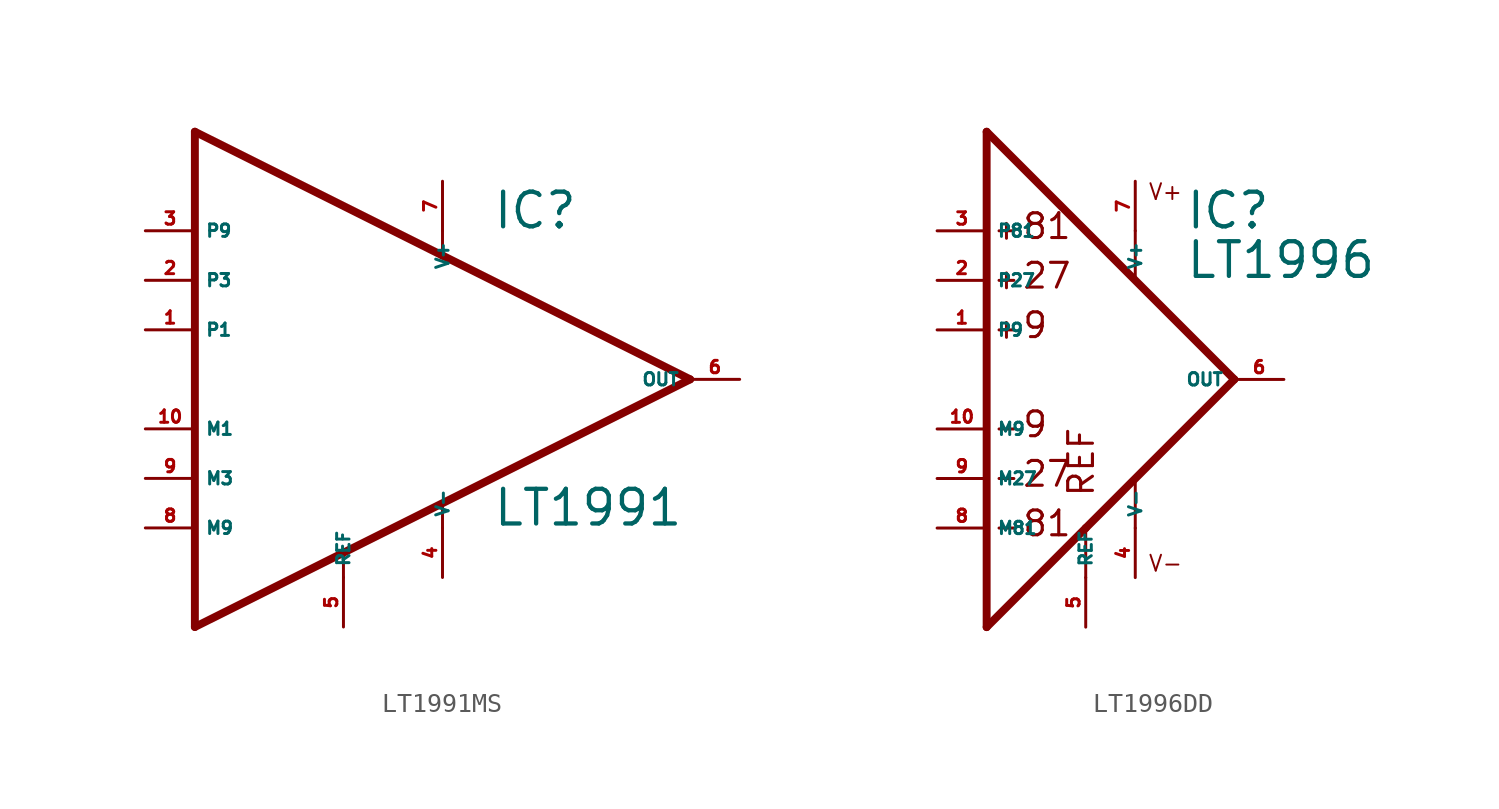
<source format=kicad_sym>
(kicad_symbol_lib
  (version 20220914)
  (generator Eagle2Kicad)
  (symbol "LT1991MS"
    (property "Reference" "IC"
      (at 10.16 7.62 0)
      (effects (font (size 1.778 1.778) (thickness 0.22)) (justify left bottom)))
    (property "Value" "LT1991"
      (at 10.16 -7.62 0)
      (effects (font (size 1.778 1.778) (thickness 0.22)) (justify left bottom)))
    (polyline
      (pts (xy -5.08 12.7) (xy -5.08 -12.7))
      (stroke (width 0.406) (type default))
      (fill (type none)))
    (polyline
      (pts (xy -5.08 -12.7) (xy 20.32 0))
      (stroke (width 0.406) (type default))
      (fill (type none)))
    (polyline
      (pts (xy 20.32 0) (xy 7.62 6.35))
      (stroke (width 0.406) (type default))
      (fill (type none)))
    (polyline
      (pts (xy 7.62 6.35) (xy -5.08 12.7))
      (stroke (width 0.406) (type default))
      (fill (type none)))
    (polyline
      (pts (xy 2.54 -8.89) (xy 2.54 -10.16))
      (stroke (width 0.152) (type default))
      (fill (type none)))
    (polyline
      (pts (xy 7.62 -7.62) (xy 7.62 -6.35))
      (stroke (width 0.152) (type default))
      (fill (type none)))
    (polyline
      (pts (xy 7.62 7.62) (xy 7.62 6.35))
      (stroke (width 0.152) (type default))
      (fill (type none)))
    (pin input line
      (at -7.62 7.62 0)
      (length 2.54)
      (name "P9" (effects (font (size 0.635 0.635) (thickness 0.08)) (justify left bottom)))
      (number "3" (effects (font (size 0.635 0.635) (thickness 0.08)) (justify left bottom))))
    (pin input line
      (at -7.62 -7.62 0)
      (length 2.54)
      (name "M9" (effects (font (size 0.635 0.635) (thickness 0.08)) (justify left bottom)))
      (number "8" (effects (font (size 0.635 0.635) (thickness 0.08)) (justify left bottom))))
    (pin input line
      (at -7.62 -5.08 0)
      (length 2.54)
      (name "M3" (effects (font (size 0.635 0.635) (thickness 0.08)) (justify left bottom)))
      (number "9" (effects (font (size 0.635 0.635) (thickness 0.08)) (justify left bottom))))
    (pin input line
      (at 2.54 -12.7 90)
      (length 2.54)
      (name "REF" (effects (font (size 0.635 0.635) (thickness 0.08)) (justify left bottom)))
      (number "5" (effects (font (size 0.635 0.635) (thickness 0.08)) (justify left bottom))))
    (pin output line
      (at 22.86 0 180)
      (length 2.54)
      (name "OUT" (effects (font (size 0.635 0.635) (thickness 0.08)) (justify left bottom)))
      (number "6" (effects (font (size 0.635 0.635) (thickness 0.08)) (justify left bottom))))
    (pin unspecified line
      (at 7.62 10.16 270)
      (length 2.54)
      (name "V+" (effects (font (size 0.635 0.635) (thickness 0.08)) (justify left bottom)))
      (number "7" (effects (font (size 0.635 0.635) (thickness 0.08)) (justify left bottom))))
    (pin unspecified line
      (at 7.62 -10.16 90)
      (length 2.54)
      (name "V-" (effects (font (size 0.635 0.635) (thickness 0.08)) (justify left bottom)))
      (number "4" (effects (font (size 0.635 0.635) (thickness 0.08)) (justify left bottom))))
    (pin input line
      (at -7.62 5.08 0)
      (length 2.54)
      (name "P3" (effects (font (size 0.635 0.635) (thickness 0.08)) (justify left bottom)))
      (number "2" (effects (font (size 0.635 0.635) (thickness 0.08)) (justify left bottom))))
    (pin input line
      (at -7.62 2.54 0)
      (length 2.54)
      (name "P1" (effects (font (size 0.635 0.635) (thickness 0.08)) (justify left bottom)))
      (number "1" (effects (font (size 0.635 0.635) (thickness 0.08)) (justify left bottom))))
    (pin input line
      (at -7.62 -2.54 0)
      (length 2.54)
      (name "M1" (effects (font (size 0.635 0.635) (thickness 0.08)) (justify left bottom)))
      (number "10" (effects (font (size 0.635 0.635) (thickness 0.08)) (justify left bottom)))))
  (symbol "LT1996DD"
    (property "Reference" "IC"
      (at 5.08 7.62 0)
      (effects (font (size 1.778 1.778) (thickness 0.22)) (justify left bottom)))
    (property "Value" "LT1996"
      (at 5.08 5.08 0)
      (effects (font (size 1.778 1.778) (thickness 0.22)) (justify left bottom)))
    (polyline
      (pts (xy -4.064 8.001) (xy -4.064 7.239))
      (stroke (width 0.152) (type default))
      (fill (type none)))
    (polyline
      (pts (xy -4.445 7.62) (xy -3.683 7.62))
      (stroke (width 0.152) (type default))
      (fill (type none)))
    (polyline
      (pts (xy -5.08 12.7) (xy -5.08 -12.7))
      (stroke (width 0.406) (type default))
      (fill (type none)))
    (polyline
      (pts (xy -5.08 -12.7) (xy 0 -7.62))
      (stroke (width 0.406) (type default))
      (fill (type none)))
    (polyline
      (pts (xy 0 -7.62) (xy 7.62 0))
      (stroke (width 0.406) (type default))
      (fill (type none)))
    (polyline
      (pts (xy 7.62 0) (xy -5.08 12.7))
      (stroke (width 0.406) (type default))
      (fill (type none)))
    (polyline
      (pts (xy 2.54 7.62) (xy 2.54 5.156))
      (stroke (width 0.152) (type default))
      (fill (type none)))
    (polyline
      (pts (xy 0 -7.62) (xy 0 -10.16))
      (stroke (width 0.152) (type default))
      (fill (type none)))
    (polyline
      (pts (xy 2.54 -5.156) (xy 2.54 -7.62))
      (stroke (width 0.152) (type default))
      (fill (type none)))
    (polyline
      (pts (xy -4.064 5.461) (xy -4.064 4.699))
      (stroke (width 0.152) (type default))
      (fill (type none)))
    (polyline
      (pts (xy -4.445 5.08) (xy -3.683 5.08))
      (stroke (width 0.152) (type default))
      (fill (type none)))
    (polyline
      (pts (xy -4.064 2.921) (xy -4.064 2.159))
      (stroke (width 0.152) (type default))
      (fill (type none)))
    (polyline
      (pts (xy -4.445 2.54) (xy -3.683 2.54))
      (stroke (width 0.152) (type default))
      (fill (type none)))
    (polyline
      (pts (xy -4.445 -2.54) (xy -3.683 -2.54))
      (stroke (width 0.152) (type default))
      (fill (type none)))
    (polyline
      (pts (xy -4.445 -5.08) (xy -3.683 -5.08))
      (stroke (width 0.152) (type default))
      (fill (type none)))
    (polyline
      (pts (xy -4.445 -7.62) (xy -3.683 -7.62))
      (stroke (width 0.152) (type default))
      (fill (type none)))
    (text "V+"
      (at 3.175 9.144 0)
      (effects (font (size 0.813 0.813) (thickness 0.10)) (justify left bottom)))
    (text "V-"
      (at 3.175 -9.906 0)
      (effects (font (size 0.813 0.813) (thickness 0.10)) (justify left bottom)))
    (text "REF"
      (at 0.508 -6.096 900)
      (effects (font (size 1.27 1.27) (thickness 0.16)) (justify left bottom)))
    (text "81"
      (at -3.302 7.112 0)
      (effects (font (size 1.27 1.27) (thickness 0.16)) (justify left bottom)))
    (text "27"
      (at -3.302 4.572 0)
      (effects (font (size 1.27 1.27) (thickness 0.16)) (justify left bottom)))
    (text "9"
      (at -3.302 2.032 0)
      (effects (font (size 1.27 1.27) (thickness 0.16)) (justify left bottom)))
    (text "9"
      (at -3.302 -3.048 0)
      (effects (font (size 1.27 1.27) (thickness 0.16)) (justify left bottom)))
    (text "27"
      (at -3.302 -5.588 0)
      (effects (font (size 1.27 1.27) (thickness 0.16)) (justify left bottom)))
    (text "81"
      (at -3.302 -8.128 0)
      (effects (font (size 1.27 1.27) (thickness 0.16)) (justify left bottom)))
    (pin input line
      (at -7.62 7.62 0)
      (length 2.54)
      (name "P81" (effects (font (size 0.635 0.635) (thickness 0.08)) (justify left bottom)))
      (number "3" (effects (font (size 0.635 0.635) (thickness 0.08)) (justify left bottom))))
    (pin input line
      (at -7.62 -7.62 0)
      (length 2.54)
      (name "M81" (effects (font (size 0.635 0.635) (thickness 0.08)) (justify left bottom)))
      (number "8" (effects (font (size 0.635 0.635) (thickness 0.08)) (justify left bottom))))
    (pin input line
      (at -7.62 -5.08 0)
      (length 2.54)
      (name "M27" (effects (font (size 0.635 0.635) (thickness 0.08)) (justify left bottom)))
      (number "9" (effects (font (size 0.635 0.635) (thickness 0.08)) (justify left bottom))))
    (pin input line
      (at 0 -12.7 90)
      (length 2.54)
      (name "REF" (effects (font (size 0.635 0.635) (thickness 0.08)) (justify left bottom)))
      (number "5" (effects (font (size 0.635 0.635) (thickness 0.08)) (justify left bottom))))
    (pin output line
      (at 10.16 0 180)
      (length 2.54)
      (name "OUT" (effects (font (size 0.635 0.635) (thickness 0.08)) (justify left bottom)))
      (number "6" (effects (font (size 0.635 0.635) (thickness 0.08)) (justify left bottom))))
    (pin unspecified line
      (at 2.54 10.16 270)
      (length 2.54)
      (name "V+" (effects (font (size 0.635 0.635) (thickness 0.08)) (justify left bottom)))
      (number "7" (effects (font (size 0.635 0.635) (thickness 0.08)) (justify left bottom))))
    (pin unspecified line
      (at 2.54 -10.16 90)
      (length 2.54)
      (name "V-" (effects (font (size 0.635 0.635) (thickness 0.08)) (justify left bottom)))
      (number "4" (effects (font (size 0.635 0.635) (thickness 0.08)) (justify left bottom))))
    (pin input line
      (at -7.62 5.08 0)
      (length 2.54)
      (name "P27" (effects (font (size 0.635 0.635) (thickness 0.08)) (justify left bottom)))
      (number "2" (effects (font (size 0.635 0.635) (thickness 0.08)) (justify left bottom))))
    (pin input line
      (at -7.62 2.54 0)
      (length 2.54)
      (name "P9" (effects (font (size 0.635 0.635) (thickness 0.08)) (justify left bottom)))
      (number "1" (effects (font (size 0.635 0.635) (thickness 0.08)) (justify left bottom))))
    (pin input line
      (at -7.62 -2.54 0)
      (length 2.54)
      (name "M9" (effects (font (size 0.635 0.635) (thickness 0.08)) (justify left bottom)))
      (number "10" (effects (font (size 0.635 0.635) (thickness 0.08)) (justify left bottom))))))
</source>
